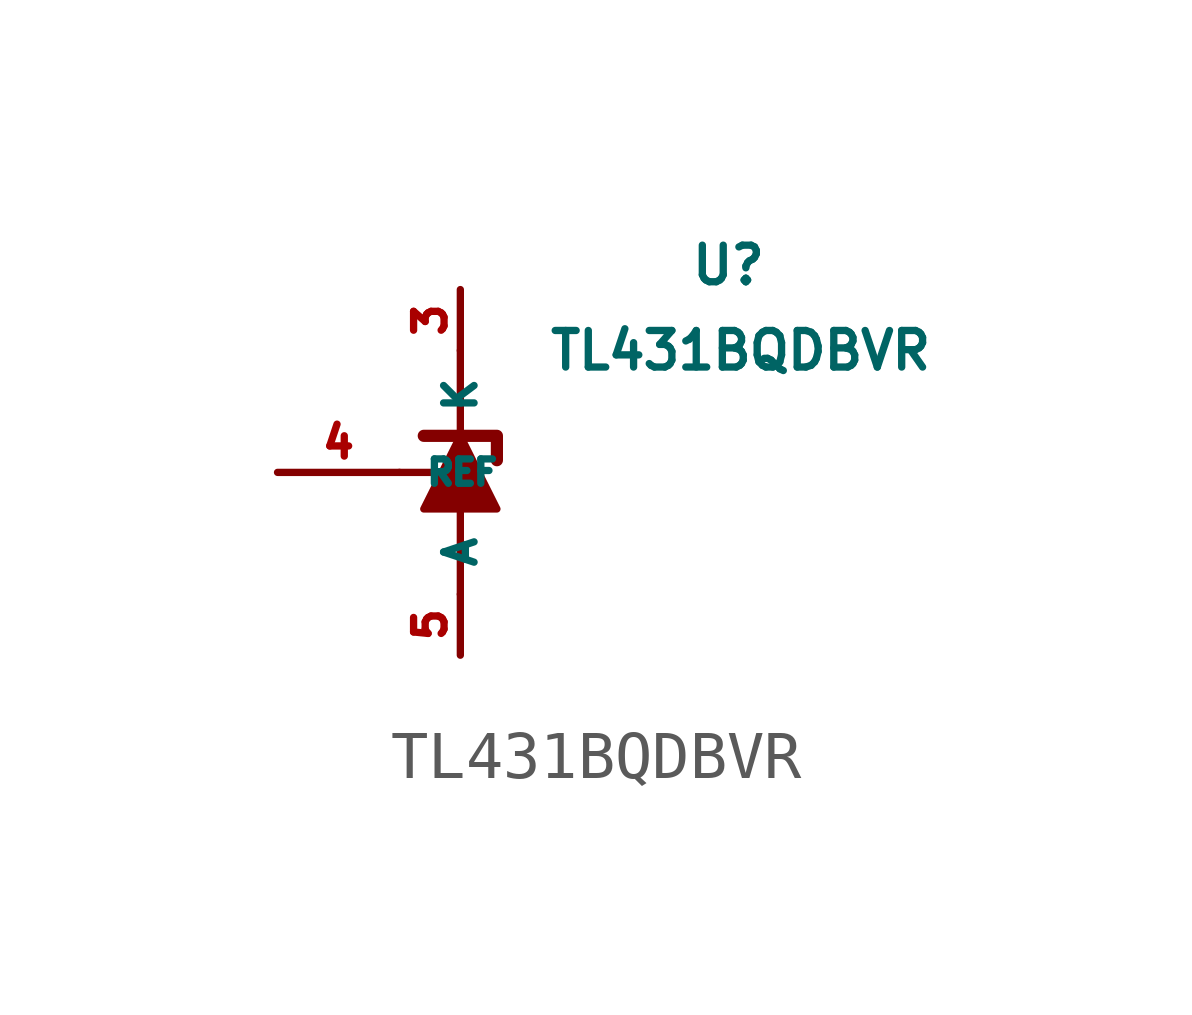
<source format=kicad_sym>
(kicad_symbol_lib
  (version 20231120)
  (generator "kicad_symbol_editor")
  (generator_version "8.0")
  (symbol "TL431BQDBVR"
    (property "Reference" "U"
      (at 5.588 4.318 0)
      (effects (font (size 0.762 0.762))))
    (property "Value" "TL431BQDBVR"
      (at 5.842 2.54 0)
      (effects (font (size 0.762 0.762))))
    (symbol "TL431BQDBVR_0_1"
      (polyline (pts (xy 0 -2.54) (xy 0 0) (xy 0 2.54)) (stroke (width 0) (type default)) (fill (type none)))
      (polyline (pts (xy 0.762 -0.762) (xy -0.762 -0.762) (xy 0 0.762) (xy 0.762 -0.762)) (stroke (width 0) (type default)) (fill (type outline)))
      (polyline (pts (xy 0.762 0.254) (xy 0.762 0.762) (xy -0.762 0.762) (xy -0.762 0.762)) (stroke (width 0.254) (type default)) (fill (type none))))
    (symbol "TL431BQDBVR_1_1"
      (polyline (pts (xy -1.27 0) (xy 0 0)) (stroke (width 0) (type default)) (fill (type none)))
      (pin no_connect line (at 1.27 -1.27 180) (length 1.27) hide (name "NC" (effects (font (size 0.254 0.254)))) (number "1" (effects (font (size 0.254 0.254)))))
      (pin no_connect line (at 1.27 1.27 180) (length 1.27) hide (name "a" (effects (font (size 0.635 0.635)))) (number "2" (effects (font (size 0.635 0.635)))))
      (pin passive line (at 0 3.81 270) (length 1.27) (name "K" (effects (font (size 0.635 0.635)))) (number "3" (effects (font (size 0.635 0.635)))))
      (pin passive line (at -3.81 0 0) (length 2.54) (name "REF" (effects (font (size 0.508 0.508)))) (number "4" (effects (font (size 0.635 0.635)))))
      (pin passive line (at 0 -3.81 90) (length 1.27) (name "A" (effects (font (size 0.635 0.635)))) (number "5" (effects (font (size 0.635 0.635))))))))
</source>
